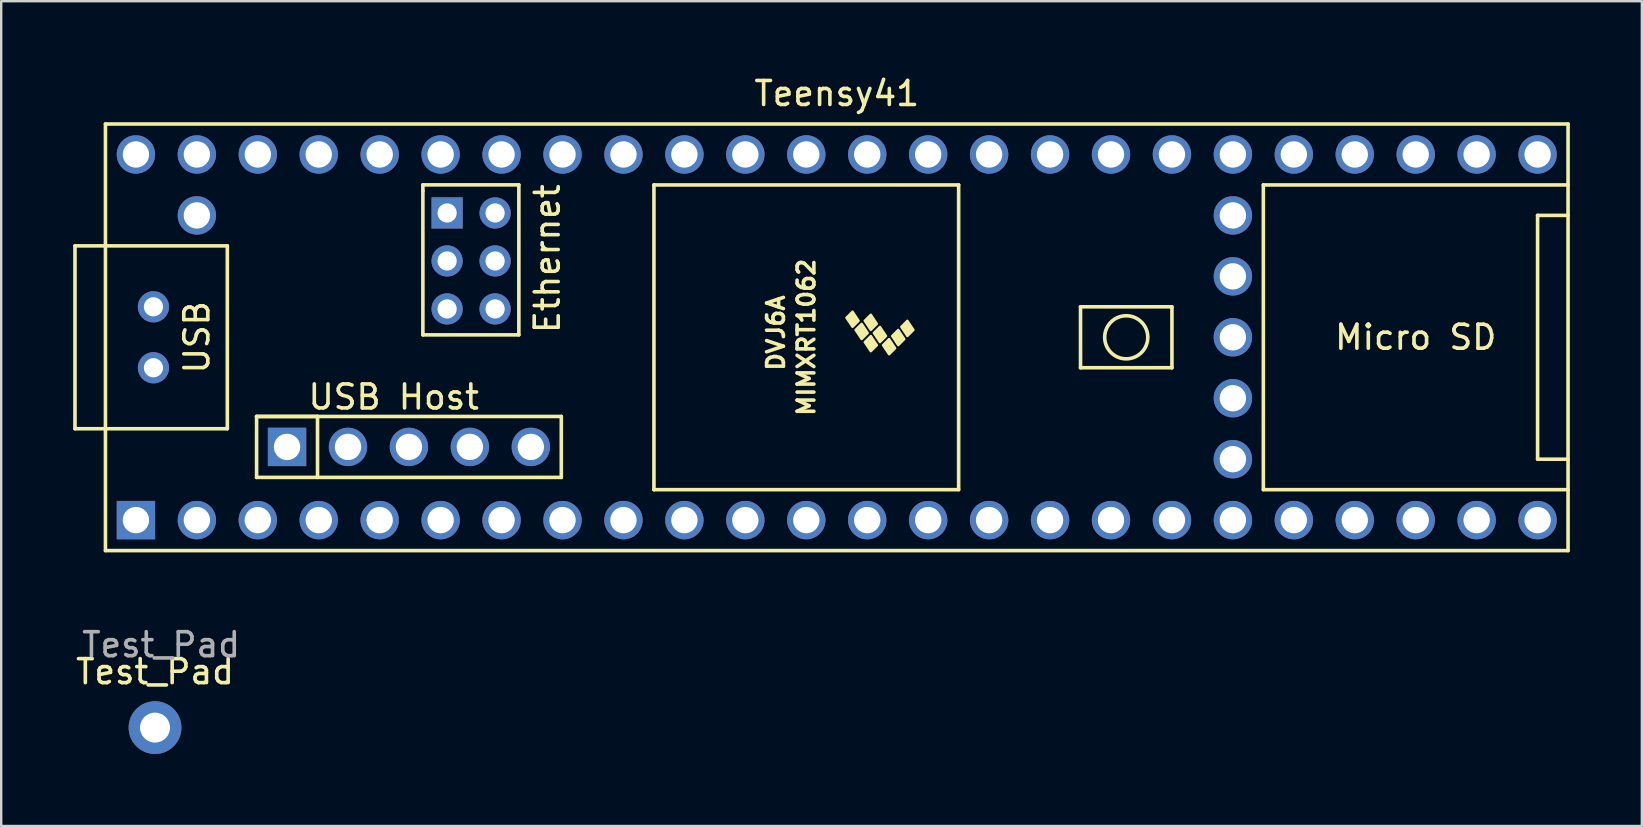
<source format=kicad_pcb>
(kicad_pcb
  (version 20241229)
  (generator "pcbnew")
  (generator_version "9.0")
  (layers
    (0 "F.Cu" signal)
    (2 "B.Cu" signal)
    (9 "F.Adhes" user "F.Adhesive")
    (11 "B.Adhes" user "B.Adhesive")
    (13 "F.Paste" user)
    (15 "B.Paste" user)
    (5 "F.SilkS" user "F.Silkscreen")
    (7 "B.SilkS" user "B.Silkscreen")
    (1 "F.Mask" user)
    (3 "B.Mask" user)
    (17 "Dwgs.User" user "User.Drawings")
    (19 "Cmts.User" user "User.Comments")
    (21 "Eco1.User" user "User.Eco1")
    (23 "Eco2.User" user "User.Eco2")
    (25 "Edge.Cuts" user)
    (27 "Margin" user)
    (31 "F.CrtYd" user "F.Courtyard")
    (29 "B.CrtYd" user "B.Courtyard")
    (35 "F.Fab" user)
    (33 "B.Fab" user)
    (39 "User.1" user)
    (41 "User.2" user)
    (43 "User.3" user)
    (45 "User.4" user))
  (footprint "Test_Pad"
    (layer "F.Cu")
    (at 3.411 27.276)
    (property "Reference" "Test_Pad" (at 0 -2.33 0) (layer "F.SilkS") (effects (font (size 1 1) (thickness 0.15))))
    (attr through_hole)
    (fp_text user "${REFERENCE}" (at 0.254 -3.454 180) (layer "F.Fab") (effects (font (size 1 1) (thickness 0.15))))
    (pad "1" thru_hole oval (at 0 0) (size 2.2 2.2) (drill 1.25) (layers "*.Cu" "*.Mask")))
  (footprint "Teensy41"
    (layer "F.Cu")
    (at 31.825 11.008)
    (property "Reference" "Teensy41" (at 0 -10.16 0) (layer "F.SilkS") (effects (font (size 1 1) (thickness 0.15))))
    (attr through_hole)
    (fp_line (start -31.75 -3.81) (end -30.48 -3.81) (stroke (width 0.15) (type solid)) (layer "F.SilkS"))
    (fp_line (start -31.75 3.81) (end -31.75 -3.81) (stroke (width 0.15) (type solid)) (layer "F.SilkS"))
    (fp_line (start -30.48 -8.89) (end 30.48 -8.89) (stroke (width 0.15) (type solid)) (layer "F.SilkS"))
    (fp_line (start -30.48 3.81) (end -31.75 3.81) (stroke (width 0.15) (type solid)) (layer "F.SilkS"))
    (fp_line (start -30.48 8.89) (end -30.48 -8.89) (stroke (width 0.15) (type solid)) (layer "F.SilkS"))
    (fp_line (start -25.4 -3.81) (end -30.48 -3.81) (stroke (width 0.15) (type solid)) (layer "F.SilkS"))
    (fp_line (start -25.4 3.81) (end -30.48 3.81) (stroke (width 0.15) (type solid)) (layer "F.SilkS"))
    (fp_line (start -25.4 3.81) (end -25.4 -3.81) (stroke (width 0.15) (type solid)) (layer "F.SilkS"))
    (fp_line (start -24.181 3.299) (end -21.641 3.299) (stroke (width 0.15) (type solid)) (layer "F.SilkS"))
    (fp_line (start -24.181 3.299) (end -11.481 3.299) (stroke (width 0.15) (type solid)) (layer "F.SilkS"))
    (fp_line (start -24.181 5.839) (end -24.181 3.299) (stroke (width 0.15) (type solid)) (layer "F.SilkS"))
    (fp_line (start -21.641 3.299) (end -21.641 5.839) (stroke (width 0.15) (type solid)) (layer "F.SilkS"))
    (fp_line (start -17.25 -6.352) (end -17.25 -6.102) (stroke (width 0.15) (type solid)) (layer "F.SilkS"))
    (fp_line (start -17.25 -6.102) (end -17.25 -0.102) (stroke (width 0.15) (type solid)) (layer "F.SilkS"))
    (fp_line (start -17.25 -0.102) (end -13.25 -0.102) (stroke (width 0.15) (type solid)) (layer "F.SilkS"))
    (fp_line (start -13.25 -6.352) (end -17.25 -6.352) (stroke (width 0.15) (type solid)) (layer "F.SilkS"))
    (fp_line (start -13.25 -0.102) (end -13.25 -6.352) (stroke (width 0.15) (type solid)) (layer "F.SilkS"))
    (fp_line (start -11.481 3.299) (end -11.481 5.839) (stroke (width 0.15) (type solid)) (layer "F.SilkS"))
    (fp_line (start -11.481 5.839) (end -24.181 5.839) (stroke (width 0.15) (type solid)) (layer "F.SilkS"))
    (fp_line (start -7.62 -6.35) (end -7.62 6.35) (stroke (width 0.15) (type solid)) (layer "F.SilkS"))
    (fp_line (start -7.62 6.35) (end 5.08 6.35) (stroke (width 0.15) (type solid)) (layer "F.SilkS"))
    (fp_line (start 5.08 -6.35) (end -7.62 -6.35) (stroke (width 0.15) (type solid)) (layer "F.SilkS"))
    (fp_line (start 5.08 6.35) (end 5.08 -6.35) (stroke (width 0.15) (type solid)) (layer "F.SilkS"))
    (fp_line (start 10.16 -1.27) (end 13.97 -1.27) (stroke (width 0.15) (type solid)) (layer "F.SilkS"))
    (fp_line (start 10.16 1.27) (end 10.16 -1.27) (stroke (width 0.15) (type solid)) (layer "F.SilkS"))
    (fp_line (start 13.97 -1.27) (end 13.97 1.27) (stroke (width 0.15) (type solid)) (layer "F.SilkS"))
    (fp_line (start 13.97 1.27) (end 10.16 1.27) (stroke (width 0.15) (type solid)) (layer "F.SilkS"))
    (fp_line (start 17.78 -6.35) (end 17.78 6.35) (stroke (width 0.15) (type solid)) (layer "F.SilkS"))
    (fp_line (start 17.78 6.35) (end 30.48 6.35) (stroke (width 0.15) (type solid)) (layer "F.SilkS"))
    (fp_line (start 29.21 -5.08) (end 29.21 5.08) (stroke (width 0.15) (type solid)) (layer "F.SilkS"))
    (fp_line (start 29.21 5.08) (end 30.48 5.08) (stroke (width 0.15) (type solid)) (layer "F.SilkS"))
    (fp_line (start 30.48 -8.89) (end 30.48 8.89) (stroke (width 0.15) (type solid)) (layer "F.SilkS"))
    (fp_line (start 30.48 -6.35) (end 17.78 -6.35) (stroke (width 0.15) (type solid)) (layer "F.SilkS"))
    (fp_line (start 30.48 -5.08) (end 29.21 -5.08) (stroke (width 0.15) (type solid)) (layer "F.SilkS"))
    (fp_line (start 30.48 8.89) (end -30.48 8.89) (stroke (width 0.15) (type solid)) (layer "F.SilkS"))
    (fp_circle (center 12.065 0) (end 12.7 -0.635) (stroke (width 0.15) (type solid)) (fill no) (layer "F.SilkS"))
    (fp_poly (pts (xy 0.911 -0.688) (xy 0.657 -0.434) (xy 0.403 -0.815) (xy 0.657 -1.069)) (stroke (width 0.1) (type solid)) (fill yes) (layer "F.SilkS"))
    (fp_poly (pts (xy 1.292 -0.18) (xy 1.038 0.074) (xy 0.784 -0.307) (xy 1.038 -0.561)) (stroke (width 0.1) (type solid)) (fill yes) (layer "F.SilkS"))
    (fp_poly (pts (xy 1.673 -0.561) (xy 1.419 -0.307) (xy 1.165 -0.688) (xy 1.419 -0.942)) (stroke (width 0.1) (type solid)) (fill yes) (layer "F.SilkS"))
    (fp_poly (pts (xy 1.673 0.328) (xy 1.419 0.582) (xy 1.165 0.201) (xy 1.419 -0.053)) (stroke (width 0.1) (type solid)) (fill yes) (layer "F.SilkS"))
    (fp_poly (pts (xy 2.054 -0.053) (xy 1.8 0.201) (xy 1.546 -0.18) (xy 1.8 -0.434)) (stroke (width 0.1) (type solid)) (fill yes) (layer "F.SilkS"))
    (fp_poly (pts (xy 2.435 0.455) (xy 2.181 0.709) (xy 1.927 0.328) (xy 2.181 0.074)) (stroke (width 0.1) (type solid)) (fill yes) (layer "F.SilkS"))
    (fp_poly (pts (xy 2.816 0.074) (xy 2.562 0.328) (xy 2.308 -0.053) (xy 2.562 -0.307)) (stroke (width 0.1) (type solid)) (fill yes) (layer "F.SilkS"))
    (fp_poly (pts (xy 3.197 -0.307) (xy 2.943 -0.053) (xy 2.689 -0.434) (xy 2.943 -0.688)) (stroke (width 0.1) (type solid)) (fill yes) (layer "F.SilkS"))
    (fp_text user "Micro SD" (at 24.13 0 0) (layer "F.SilkS") (effects (font (size 1 1) (thickness 0.15))))
    (fp_text user "USB Host" (at -18.466 2.489 0) (layer "F.SilkS") (effects (font (size 1 1) (thickness 0.15))))
    (fp_text user "MIMXRT1062" (at -1.27 0 270) (layer "F.SilkS") (effects (font (size 0.7 0.7) (thickness 0.15))))
    (fp_text user "USB" (at -26.67 0 270) (layer "F.SilkS") (effects (font (size 1 1) (thickness 0.15))))
    (fp_text user "Ethernet" (at -12.065 -3.277 90) (layer "F.SilkS") (effects (font (size 1 1) (thickness 0.15))))
    (fp_text user "DVJ6A" (at -2.54 -0.18 270) (layer "F.SilkS") (effects (font (size 0.7 0.7) (thickness 0.15))))
    (pad "1" thru_hole rect (at -29.21 7.62) (size 1.6 1.6) (drill 1.1) (layers "*.Cu" "*.Mask"))
    (pad "2" thru_hole circle (at -26.67 7.62) (size 1.6 1.6) (drill 1.1) (layers "*.Cu" "*.Mask"))
    (pad "3" thru_hole circle (at -24.13 7.62) (size 1.6 1.6) (drill 1.1) (layers "*.Cu" "*.Mask"))
    (pad "4" thru_hole circle (at -21.59 7.62) (size 1.6 1.6) (drill 1.1) (layers "*.Cu" "*.Mask"))
    (pad "5" thru_hole circle (at -19.05 7.62) (size 1.6 1.6) (drill 1.1) (layers "*.Cu" "*.Mask"))
    (pad "6" thru_hole circle (at -16.51 7.62) (size 1.6 1.6) (drill 1.1) (layers "*.Cu" "*.Mask"))
    (pad "7" thru_hole circle (at -13.97 7.62) (size 1.6 1.6) (drill 1.1) (layers "*.Cu" "*.Mask"))
    (pad "8" thru_hole circle (at -11.43 7.62) (size 1.6 1.6) (drill 1.1) (layers "*.Cu" "*.Mask"))
    (pad "9" thru_hole circle (at -8.89 7.62) (size 1.6 1.6) (drill 1.1) (layers "*.Cu" "*.Mask"))
    (pad "10" thru_hole circle (at -6.35 7.62) (size 1.6 1.6) (drill 1.1) (layers "*.Cu" "*.Mask"))
    (pad "11" thru_hole circle (at -3.81 7.62) (size 1.6 1.6) (drill 1.1) (layers "*.Cu" "*.Mask"))
    (pad "12" thru_hole circle (at -1.27 7.62) (size 1.6 1.6) (drill 1.1) (layers "*.Cu" "*.Mask"))
    (pad "13" thru_hole circle (at 1.27 7.62) (size 1.6 1.6) (drill 1.1) (layers "*.Cu" "*.Mask"))
    (pad "14" thru_hole circle (at 3.81 7.62) (size 1.6 1.6) (drill 1.1) (layers "*.Cu" "*.Mask"))
    (pad "15" thru_hole circle (at 6.35 7.62) (size 1.6 1.6) (drill 1.1) (layers "*.Cu" "*.Mask"))
    (pad "16" thru_hole circle (at 8.89 7.62) (size 1.6 1.6) (drill 1.1) (layers "*.Cu" "*.Mask"))
    (pad "17" thru_hole circle (at 11.43 7.62) (size 1.6 1.6) (drill 1.1) (layers "*.Cu" "*.Mask"))
    (pad "18" thru_hole circle (at 13.97 7.62) (size 1.6 1.6) (drill 1.1) (layers "*.Cu" "*.Mask"))
    (pad "19" thru_hole circle (at 16.51 7.62) (size 1.6 1.6) (drill 1.1) (layers "*.Cu" "*.Mask"))
    (pad "20" thru_hole circle (at 19.05 7.62) (size 1.6 1.6) (drill 1.1) (layers "*.Cu" "*.Mask"))
    (pad "21" thru_hole circle (at 21.59 7.62) (size 1.6 1.6) (drill 1.1) (layers "*.Cu" "*.Mask"))
    (pad "22" thru_hole circle (at 24.13 7.62) (size 1.6 1.6) (drill 1.1) (layers "*.Cu" "*.Mask"))
    (pad "23" thru_hole circle (at 26.67 7.62) (size 1.6 1.6) (drill 1.1) (layers "*.Cu" "*.Mask"))
    (pad "24" thru_hole circle (at 29.21 7.62) (size 1.6 1.6) (drill 1.1) (layers "*.Cu" "*.Mask"))
    (pad "25" thru_hole circle (at 29.21 -7.62) (size 1.6 1.6) (drill 1.1) (layers "*.Cu" "*.Mask"))
    (pad "26" thru_hole circle (at 26.67 -7.62) (size 1.6 1.6) (drill 1.1) (layers "*.Cu" "*.Mask"))
    (pad "27" thru_hole circle (at 24.13 -7.62) (size 1.6 1.6) (drill 1.1) (layers "*.Cu" "*.Mask"))
    (pad "28" thru_hole circle (at 21.59 -7.62) (size 1.6 1.6) (drill 1.1) (layers "*.Cu" "*.Mask"))
    (pad "29" thru_hole circle (at 19.05 -7.62) (size 1.6 1.6) (drill 1.1) (layers "*.Cu" "*.Mask"))
    (pad "30" thru_hole circle (at 16.51 -7.62) (size 1.6 1.6) (drill 1.1) (layers "*.Cu" "*.Mask"))
    (pad "31" thru_hole circle (at 13.97 -7.62) (size 1.6 1.6) (drill 1.1) (layers "*.Cu" "*.Mask"))
    (pad "32" thru_hole circle (at 11.43 -7.62) (size 1.6 1.6) (drill 1.1) (layers "*.Cu" "*.Mask"))
    (pad "33" thru_hole circle (at 8.89 -7.62) (size 1.6 1.6) (drill 1.1) (layers "*.Cu" "*.Mask"))
    (pad "34" thru_hole circle (at 6.35 -7.62) (size 1.6 1.6) (drill 1.1) (layers "*.Cu" "*.Mask"))
    (pad "35" thru_hole circle (at 3.81 -7.62) (size 1.6 1.6) (drill 1.1) (layers "*.Cu" "*.Mask"))
    (pad "36" thru_hole circle (at 1.27 -7.62) (size 1.6 1.6) (drill 1.1) (layers "*.Cu" "*.Mask"))
    (pad "37" thru_hole circle (at -1.27 -7.62) (size 1.6 1.6) (drill 1.1) (layers "*.Cu" "*.Mask"))
    (pad "38" thru_hole circle (at -3.81 -7.62) (size 1.6 1.6) (drill 1.1) (layers "*.Cu" "*.Mask"))
    (pad "39" thru_hole circle (at -6.35 -7.62) (size 1.6 1.6) (drill 1.1) (layers "*.Cu" "*.Mask"))
    (pad "40" thru_hole circle (at -8.89 -7.62) (size 1.6 1.6) (drill 1.1) (layers "*.Cu" "*.Mask"))
    (pad "41" thru_hole circle (at -11.43 -7.62) (size 1.6 1.6) (drill 1.1) (layers "*.Cu" "*.Mask"))
    (pad "42" thru_hole circle (at -13.97 -7.62) (size 1.6 1.6) (drill 1.1) (layers "*.Cu" "*.Mask"))
    (pad "43" thru_hole circle (at -16.51 -7.62) (size 1.6 1.6) (drill 1.1) (layers "*.Cu" "*.Mask"))
    (pad "44" thru_hole circle (at -19.05 -7.62) (size 1.6 1.6) (drill 1.1) (layers "*.Cu" "*.Mask"))
    (pad "45" thru_hole circle (at -21.59 -7.62) (size 1.6 1.6) (drill 1.1) (layers "*.Cu" "*.Mask"))
    (pad "46" thru_hole circle (at -24.13 -7.62) (size 1.6 1.6) (drill 1.1) (layers "*.Cu" "*.Mask"))
    (pad "47" thru_hole circle (at -26.67 -7.62) (size 1.6 1.6) (drill 1.1) (layers "*.Cu" "*.Mask"))
    (pad "48" thru_hole circle (at -29.21 -7.62) (size 1.6 1.6) (drill 1.1) (layers "*.Cu" "*.Mask"))
    (pad "49" thru_hole circle (at -26.67 -5.08) (size 1.6 1.6) (drill 1.1) (layers "*.Cu" "*.Mask"))
    (pad "50" thru_hole circle (at 16.51 5.08) (size 1.6 1.6) (drill 1.1) (layers "*.Cu" "*.Mask"))
    (pad "51" thru_hole circle (at 16.51 2.54) (size 1.6 1.6) (drill 1.1) (layers "*.Cu" "*.Mask"))
    (pad "52" thru_hole circle (at 16.51 0) (size 1.6 1.6) (drill 1.1) (layers "*.Cu" "*.Mask"))
    (pad "53" thru_hole circle (at 16.51 -2.54) (size 1.6 1.6) (drill 1.1) (layers "*.Cu" "*.Mask"))
    (pad "54" thru_hole circle (at 16.51 -5.08) (size 1.6 1.6) (drill 1.1) (layers "*.Cu" "*.Mask"))
    (pad "55" thru_hole rect (at -22.911 4.569) (size 1.6 1.6) (drill 1.1) (layers "*.Cu" "*.Mask"))
    (pad "56" thru_hole circle (at -20.371 4.569) (size 1.6 1.6) (drill 1.1) (layers "*.Cu" "*.Mask"))
    (pad "57" thru_hole circle (at -17.831 4.569) (size 1.6 1.6) (drill 1.1) (layers "*.Cu" "*.Mask"))
    (pad "58" thru_hole circle (at -15.291 4.569) (size 1.6 1.6) (drill 1.1) (layers "*.Cu" "*.Mask"))
    (pad "59" thru_hole circle (at -12.751 4.569) (size 1.6 1.6) (drill 1.1) (layers "*.Cu" "*.Mask"))
    (pad "60" thru_hole rect (at -16.24 -5.182) (size 1.3 1.3) (drill 0.8) (layers "*.Cu" "*.Mask"))
    (pad "61" thru_hole circle (at -16.24 -3.182) (size 1.3 1.3) (drill 0.8) (layers "*.Cu" "*.Mask"))
    (pad "62" thru_hole circle (at -16.24 -1.182) (size 1.3 1.3) (drill 0.8) (layers "*.Cu" "*.Mask"))
    (pad "63" thru_hole circle (at -14.24 -1.182) (size 1.3 1.3) (drill 0.8) (layers "*.Cu" "*.Mask"))
    (pad "64" thru_hole circle (at -14.24 -3.182) (size 1.3 1.3) (drill 0.8) (layers "*.Cu" "*.Mask"))
    (pad "65" thru_hole circle (at -14.24 -5.182) (size 1.3 1.3) (drill 0.8) (layers "*.Cu" "*.Mask"))
    (pad "66" thru_hole circle (at -28.48 -1.27) (size 1.3 1.3) (drill 0.8) (layers "*.Cu" "*.Mask"))
    (pad "67" thru_hole circle (at -28.48 1.27) (size 1.3 1.3) (drill 0.8) (layers "*.Cu" "*.Mask")))
  (gr_rect
    (start -3 -3)
    (end 65.38 31.376)
    (stroke (width 0.1) (type default))
    (fill no)
    (layer "Edge.Cuts")))
</source>
